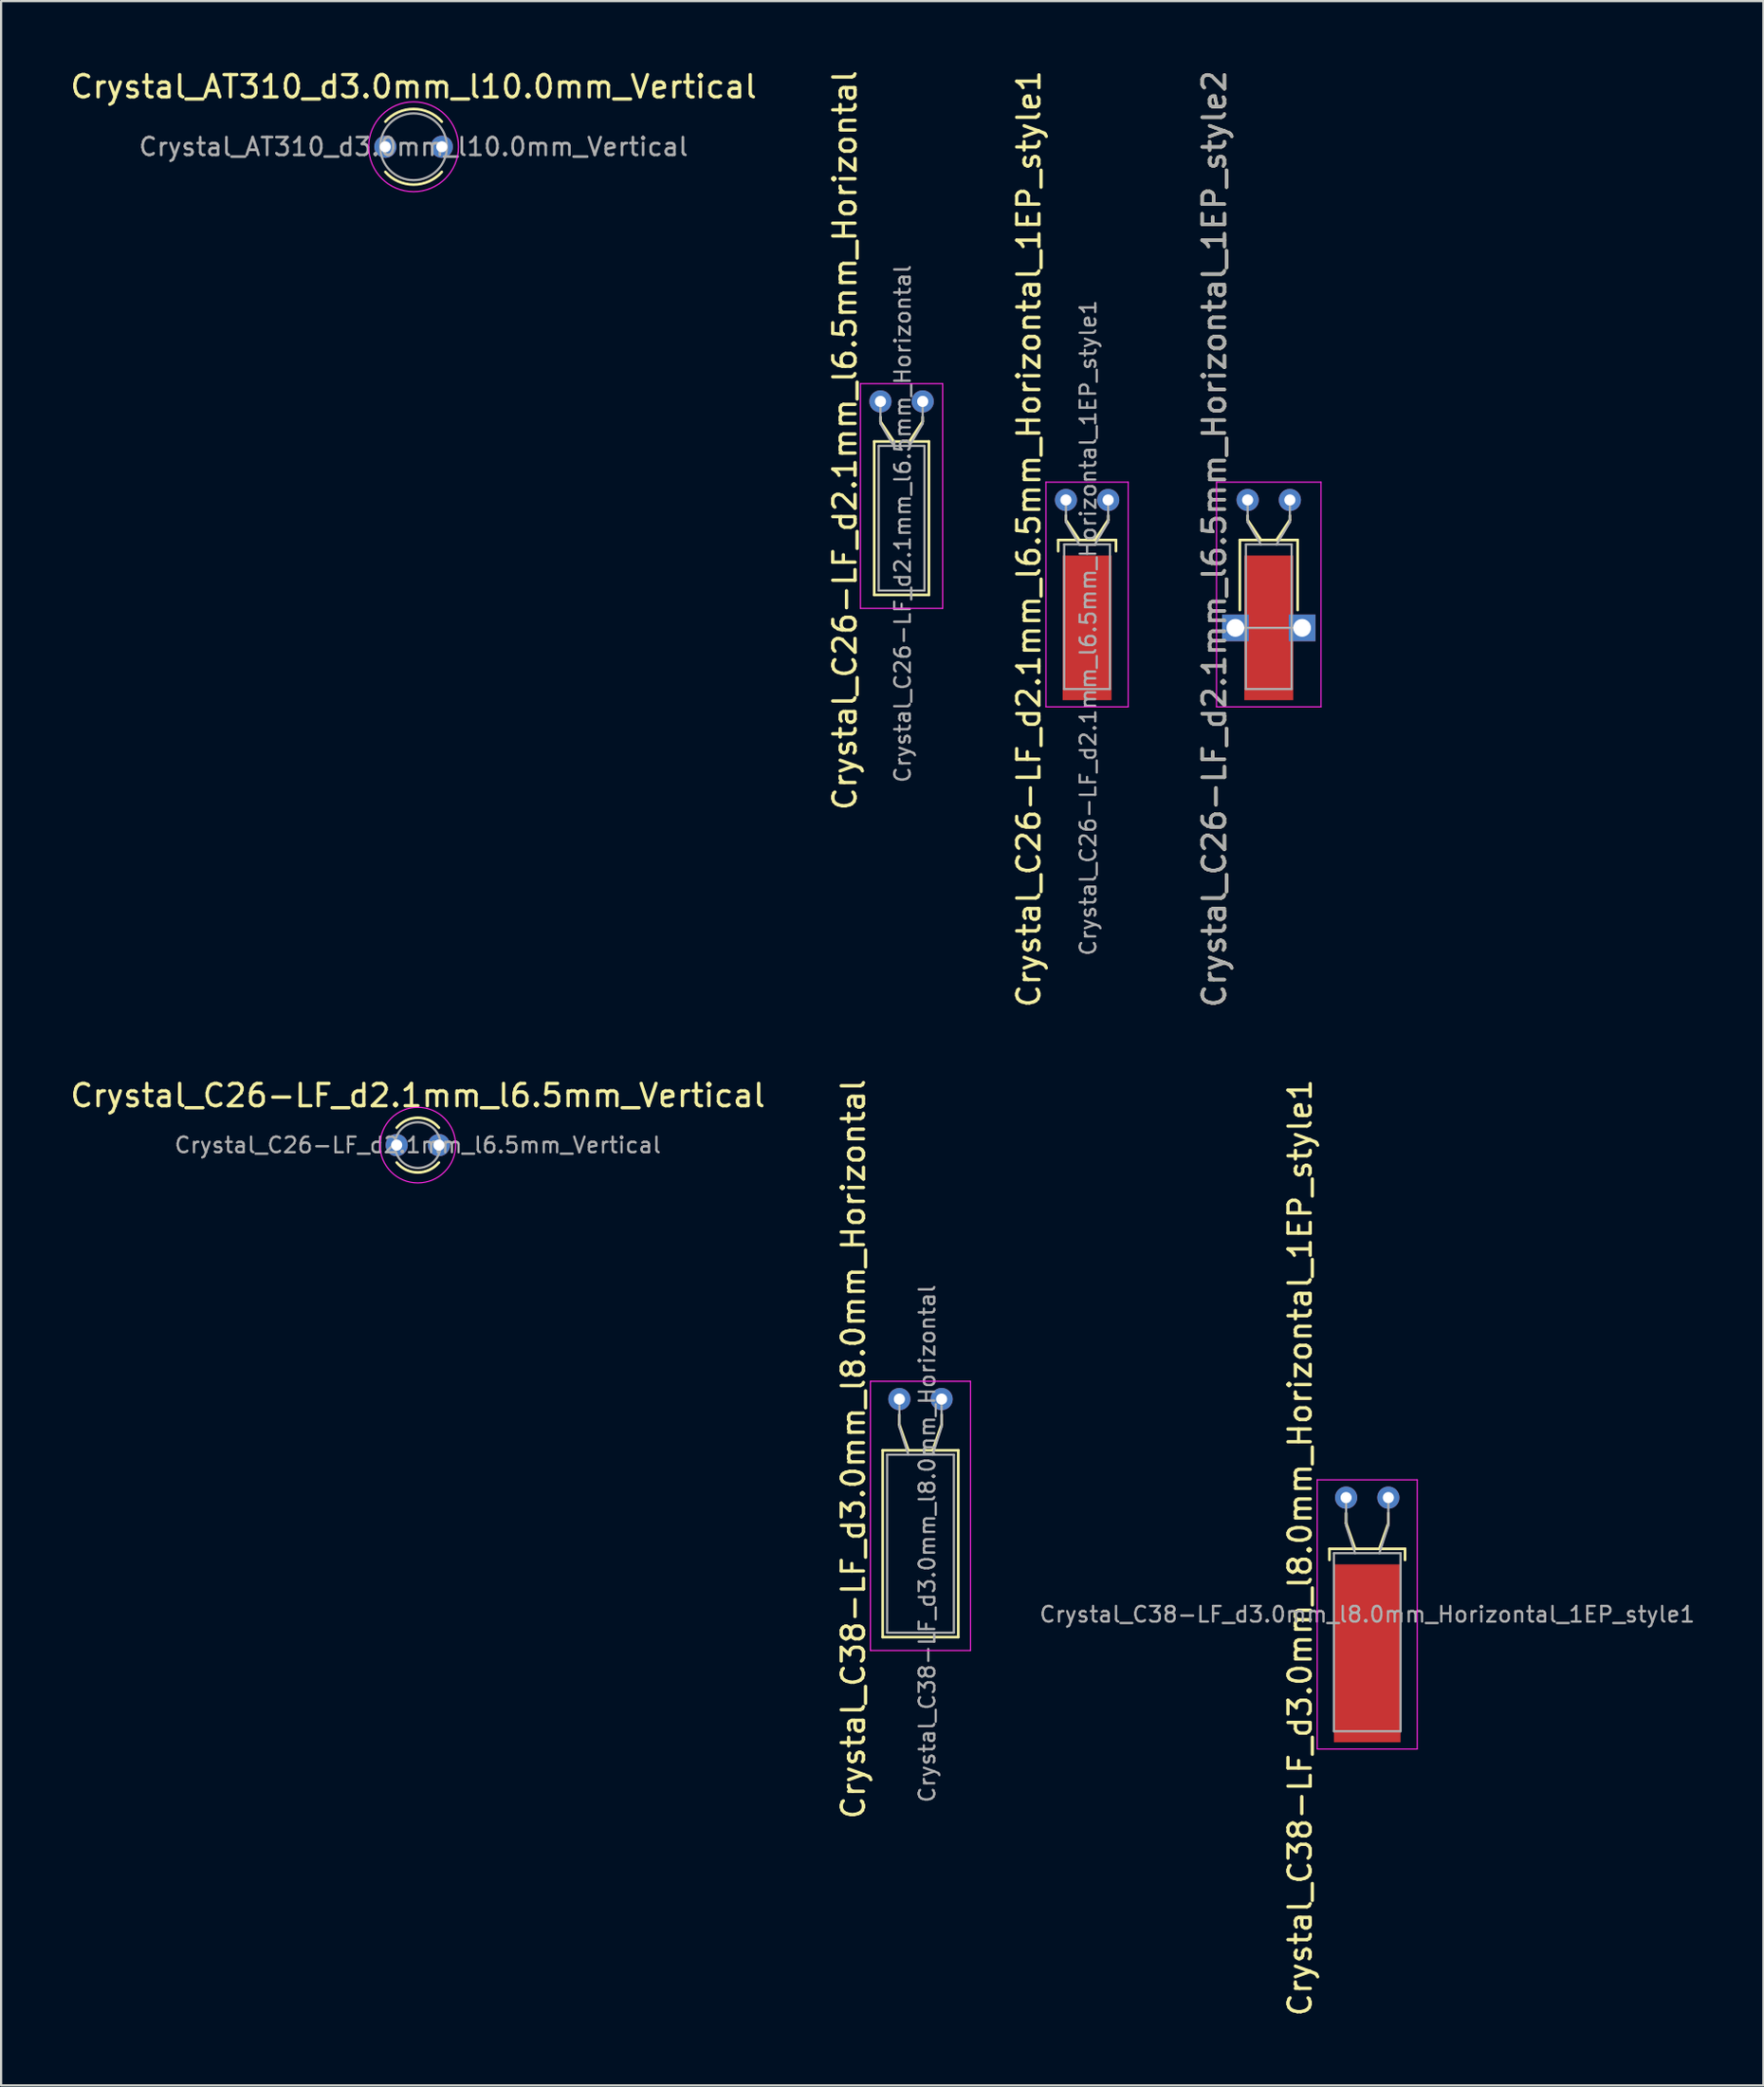
<source format=kicad_pcb>
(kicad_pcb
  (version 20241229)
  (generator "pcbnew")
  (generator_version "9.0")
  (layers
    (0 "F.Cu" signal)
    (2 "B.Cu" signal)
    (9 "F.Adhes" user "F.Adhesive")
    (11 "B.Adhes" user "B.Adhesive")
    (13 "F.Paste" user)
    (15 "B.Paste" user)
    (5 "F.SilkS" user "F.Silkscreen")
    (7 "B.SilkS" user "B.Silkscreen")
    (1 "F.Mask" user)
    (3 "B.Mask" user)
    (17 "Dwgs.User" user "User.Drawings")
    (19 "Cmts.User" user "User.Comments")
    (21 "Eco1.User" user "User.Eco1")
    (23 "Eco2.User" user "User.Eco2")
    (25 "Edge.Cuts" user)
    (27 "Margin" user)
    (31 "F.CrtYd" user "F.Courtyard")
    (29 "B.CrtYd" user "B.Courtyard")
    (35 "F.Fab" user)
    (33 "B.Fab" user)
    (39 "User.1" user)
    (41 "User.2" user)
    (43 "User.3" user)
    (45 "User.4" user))
  (footprint "Crystal_C26-LF_d2.1mm_l6.5mm_Horizontal"
    (layer "F.Cu")
    (at 36.555 14.994)
    (property "Reference" "Crystal_C26-LF_d2.1mm_l6.5mm_Horizontal" (at -1.6 1.75 90) (layer "F.SilkS") (effects (font (size 1 1) (thickness 0.15))))
    (attr through_hole)
    (fp_line (start -0.28 1.8) (end -0.28 8.7) (stroke (width 0.12) (type solid)) (layer "F.SilkS"))
    (fp_line (start -0.28 8.7) (end 2.18 8.7) (stroke (width 0.12) (type solid)) (layer "F.SilkS"))
    (fp_line (start 0 0.9) (end 0 0.7) (stroke (width 0.12) (type solid)) (layer "F.SilkS"))
    (fp_line (start 0.6 1.8) (end 0 0.9) (stroke (width 0.12) (type solid)) (layer "F.SilkS"))
    (fp_line (start 1.3 1.8) (end 1.9 0.9) (stroke (width 0.12) (type solid)) (layer "F.SilkS"))
    (fp_line (start 1.9 0.9) (end 1.9 0.7) (stroke (width 0.12) (type solid)) (layer "F.SilkS"))
    (fp_line (start 2.18 1.8) (end -0.28 1.8) (stroke (width 0.12) (type solid)) (layer "F.SilkS"))
    (fp_line (start 2.18 8.7) (end 2.18 1.8) (stroke (width 0.12) (type solid)) (layer "F.SilkS"))
    (fp_line (start -0.9 -0.8) (end -0.9 9.3) (stroke (width 0.05) (type solid)) (layer "F.CrtYd"))
    (fp_line (start -0.9 9.3) (end 2.8 9.3) (stroke (width 0.05) (type solid)) (layer "F.CrtYd"))
    (fp_line (start 2.8 -0.8) (end -0.9 -0.8) (stroke (width 0.05) (type solid)) (layer "F.CrtYd"))
    (fp_line (start 2.8 9.3) (end 2.8 -0.8) (stroke (width 0.05) (type solid)) (layer "F.CrtYd"))
    (fp_line (start -0.08 2) (end -0.08 8.5) (stroke (width 0.1) (type solid)) (layer "F.Fab"))
    (fp_line (start -0.08 8.5) (end 1.98 8.5) (stroke (width 0.1) (type solid)) (layer "F.Fab"))
    (fp_line (start 0 1) (end 0 0) (stroke (width 0.1) (type solid)) (layer "F.Fab"))
    (fp_line (start 0.6 2) (end 0 1) (stroke (width 0.1) (type solid)) (layer "F.Fab"))
    (fp_line (start 1.3 2) (end 1.9 1) (stroke (width 0.1) (type solid)) (layer "F.Fab"))
    (fp_line (start 1.9 1) (end 1.9 0) (stroke (width 0.1) (type solid)) (layer "F.Fab"))
    (fp_line (start 1.98 2) (end -0.08 2) (stroke (width 0.1) (type solid)) (layer "F.Fab"))
    (fp_line (start 1.98 8.5) (end 1.98 2) (stroke (width 0.1) (type solid)) (layer "F.Fab"))
    (fp_text user "${REFERENCE}" (at 1 5.5 90) (layer "F.Fab") (effects (font (size 0.7 0.7) (thickness 0.105))))
    (pad "1" thru_hole circle (at 0 0) (size 1 1) (drill 0.5) (layers "*.Cu" "*.Mask"))
    (pad "2" thru_hole circle (at 1.9 0) (size 1 1) (drill 0.5) (layers "*.Cu" "*.Mask")))
  (footprint "Crystal_C26-LF_d2.1mm_l6.5mm_Horizontal_1EP_style1"
    (layer "F.Cu")
    (at 44.899 19.423)
    (property "Reference" "Crystal_C26-LF_d2.1mm_l6.5mm_Horizontal_1EP_style1" (at -1.67 1.75 90) (layer "F.SilkS") (effects (font (size 1 1) (thickness 0.15))))
    (attr through_hole)
    (fp_line (start -0.35 1.8) (end 2.25 1.8) (stroke (width 0.12) (type solid)) (layer "F.SilkS"))
    (fp_line (start -0.35 2.3) (end -0.35 1.8) (stroke (width 0.12) (type solid)) (layer "F.SilkS"))
    (fp_line (start 0 0.9) (end 0 0.7) (stroke (width 0.12) (type solid)) (layer "F.SilkS"))
    (fp_line (start 0.6 1.8) (end 0 0.9) (stroke (width 0.12) (type solid)) (layer "F.SilkS"))
    (fp_line (start 1.3 1.8) (end 1.9 0.9) (stroke (width 0.12) (type solid)) (layer "F.SilkS"))
    (fp_line (start 1.9 0.9) (end 1.9 0.7) (stroke (width 0.12) (type solid)) (layer "F.SilkS"))
    (fp_line (start 2.25 1.8) (end 2.25 2.3) (stroke (width 0.12) (type solid)) (layer "F.SilkS"))
    (fp_line (start -0.9 -0.8) (end -0.9 9.3) (stroke (width 0.05) (type solid)) (layer "F.CrtYd"))
    (fp_line (start -0.9 9.3) (end 2.8 9.3) (stroke (width 0.05) (type solid)) (layer "F.CrtYd"))
    (fp_line (start 2.8 -0.8) (end -0.9 -0.8) (stroke (width 0.05) (type solid)) (layer "F.CrtYd"))
    (fp_line (start 2.8 9.3) (end 2.8 -0.8) (stroke (width 0.05) (type solid)) (layer "F.CrtYd"))
    (fp_line (start -0.08 2) (end -0.08 8.5) (stroke (width 0.1) (type solid)) (layer "F.Fab"))
    (fp_line (start -0.08 8.5) (end 1.98 8.5) (stroke (width 0.1) (type solid)) (layer "F.Fab"))
    (fp_line (start 0 1) (end 0 0) (stroke (width 0.1) (type solid)) (layer "F.Fab"))
    (fp_line (start 0.6 2) (end 0 1) (stroke (width 0.1) (type solid)) (layer "F.Fab"))
    (fp_line (start 1.3 2) (end 1.9 1) (stroke (width 0.1) (type solid)) (layer "F.Fab"))
    (fp_line (start 1.9 1) (end 1.9 0) (stroke (width 0.1) (type solid)) (layer "F.Fab"))
    (fp_line (start 1.98 2) (end -0.08 2) (stroke (width 0.1) (type solid)) (layer "F.Fab"))
    (fp_line (start 1.98 8.5) (end 1.98 2) (stroke (width 0.1) (type solid)) (layer "F.Fab"))
    (fp_text user "${REFERENCE}" (at 1 5.75 90) (layer "F.Fab") (effects (font (size 0.7 0.7) (thickness 0.105))))
    (pad "1" thru_hole circle (at 0 0) (size 1 1) (drill 0.5) (layers "*.Cu" "*.Mask"))
    (pad "2" thru_hole circle (at 1.9 0) (size 1 1) (drill 0.5) (layers "*.Cu" "*.Mask"))
    (pad "3" smd rect (at 0.95 5.75) (size 2.2 6.5) (layers "F.Cu" "F.Mask" "F.Paste")))
  (footprint "Crystal_C26-LF_d2.1mm_l6.5mm_Vertical"
    (layer "F.Cu")
    (at 14.794 48.423)
    (property "Reference" "Crystal_C26-LF_d2.1mm_l6.5mm_Vertical" (at 0.95 -2.23 0) (layer "F.SilkS") (effects (font (size 1 1) (thickness 0.15))))
    (attr through_hole)
    (fp_arc (start 0 -0.781281) (mid 0.949655 -1.23) (end 1.899561 -0.781814) (stroke (width 0.12) (type solid)) (layer "F.SilkS"))
    (fp_arc (start 1.899561 0.781814) (mid 0.949655 1.23) (end 0 0.781281) (stroke (width 0.12) (type solid)) (layer "F.SilkS"))
    (fp_circle (center 0.95 0) (end 2.65 0) (stroke (width 0.05) (type solid)) (fill no) (layer "F.CrtYd"))
    (fp_circle (center 0.95 0) (end 1.98 0) (stroke (width 0.1) (type solid)) (fill no) (layer "F.Fab"))
    (fp_text user "${REFERENCE}" (at 0.95 0 0) (layer "F.Fab") (effects (font (size 0.7 0.7) (thickness 0.105))))
    (pad "1" thru_hole circle (at 0 0) (size 1 1) (drill 0.5) (layers "*.Cu" "*.Mask"))
    (pad "2" thru_hole circle (at 1.9 0) (size 1 1) (drill 0.5) (layers "*.Cu" "*.Mask")))
  (footprint "Crystal_C26-LF_d2.1mm_l6.5mm_Horizontal_1EP_style2"
    (layer "F.Cu")
    (at 53.072 19.423)
    (property "Reference" "Crystal_C26-LF_d2.1mm_l6.5mm_Horizontal_1EP_style2" (at -1.5 1.75 90) (layer "F.SilkS") (effects (font (size 1 1) (thickness 0.15))))
    (attr through_hole)
    (fp_line (start -0.35 1.8) (end 2.25 1.8) (stroke (width 0.12) (type solid)) (layer "F.SilkS"))
    (fp_line (start -0.35 4.95) (end -0.35 1.8) (stroke (width 0.12) (type solid)) (layer "F.SilkS"))
    (fp_line (start 0 0.9) (end 0 0.7) (stroke (width 0.12) (type solid)) (layer "F.SilkS"))
    (fp_line (start 0.6 1.8) (end 0 0.9) (stroke (width 0.12) (type solid)) (layer "F.SilkS"))
    (fp_line (start 1.3 1.8) (end 1.9 0.9) (stroke (width 0.12) (type solid)) (layer "F.SilkS"))
    (fp_line (start 1.9 0.9) (end 1.9 0.7) (stroke (width 0.12) (type solid)) (layer "F.SilkS"))
    (fp_line (start 2.25 1.8) (end 2.25 4.95) (stroke (width 0.12) (type solid)) (layer "F.SilkS"))
    (fp_line (start -1.4 -0.8) (end -1.4 9.3) (stroke (width 0.05) (type solid)) (layer "F.CrtYd"))
    (fp_line (start -1.4 9.3) (end 3.3 9.3) (stroke (width 0.05) (type solid)) (layer "F.CrtYd"))
    (fp_line (start 3.3 -0.8) (end -1.4 -0.8) (stroke (width 0.05) (type solid)) (layer "F.CrtYd"))
    (fp_line (start 3.3 9.3) (end 3.3 -0.8) (stroke (width 0.05) (type solid)) (layer "F.CrtYd"))
    (fp_line (start -0.55 5.75) (end 2.45 5.75) (stroke (width 0.1) (type solid)) (layer "F.Fab"))
    (fp_line (start -0.08 2) (end -0.08 8.5) (stroke (width 0.1) (type solid)) (layer "F.Fab"))
    (fp_line (start -0.08 8.5) (end 1.98 8.5) (stroke (width 0.1) (type solid)) (layer "F.Fab"))
    (fp_line (start 0 1) (end 0 0) (stroke (width 0.1) (type solid)) (layer "F.Fab"))
    (fp_line (start 0.6 2) (end 0 1) (stroke (width 0.1) (type solid)) (layer "F.Fab"))
    (fp_line (start 1.3 2) (end 1.9 1) (stroke (width 0.1) (type solid)) (layer "F.Fab"))
    (fp_line (start 1.9 1) (end 1.9 0) (stroke (width 0.1) (type solid)) (layer "F.Fab"))
    (fp_line (start 1.98 2) (end -0.08 2) (stroke (width 0.1) (type solid)) (layer "F.Fab"))
    (fp_line (start 1.98 8.5) (end 1.98 2) (stroke (width 0.1) (type solid)) (layer "F.Fab"))
    (fp_text user "${REFERENCE}" (at -1.5 1.75 90) (layer "F.Fab") (effects (font (size 1 1) (thickness 0.15))))
    (pad "1" thru_hole circle (at 0 0) (size 1 1) (drill 0.5) (layers "*.Cu" "*.Mask"))
    (pad "2" thru_hole circle (at 1.9 0) (size 1 1) (drill 0.5) (layers "*.Cu" "*.Mask"))
    (pad "3" thru_hole rect (at -0.55 5.75) (size 1.2 1.2) (drill 0.8) (layers "*.Cu" "*.Mask"))
    (pad "3" smd rect (at 0.95 5.75) (size 2.2 6.5) (layers "F.Cu" "F.Mask" "F.Paste"))
    (pad "3" thru_hole rect (at 2.45 5.75) (size 1.2 1.2) (drill 0.8) (layers "*.Cu" "*.Mask")))
  (footprint "Crystal_C38-LF_d3.0mm_l8.0mm_Horizontal"
    (layer "F.Cu")
    (at 37.406 59.839)
    (property "Reference" "Crystal_C38-LF_d3.0mm_l8.0mm_Horizontal" (at -2.07 2.25 90) (layer "F.SilkS") (effects (font (size 1 1) (thickness 0.15))))
    (attr through_hole)
    (fp_line (start -0.75 2.3) (end -0.75 10.7) (stroke (width 0.12) (type solid)) (layer "F.SilkS"))
    (fp_line (start -0.75 10.7) (end 2.65 10.7) (stroke (width 0.12) (type solid)) (layer "F.SilkS"))
    (fp_line (start 0 1.15) (end 0 0.7) (stroke (width 0.12) (type solid)) (layer "F.SilkS"))
    (fp_line (start 0.405 2.3) (end 0 1.15) (stroke (width 0.12) (type solid)) (layer "F.SilkS"))
    (fp_line (start 1.495 2.3) (end 1.9 1.15) (stroke (width 0.12) (type solid)) (layer "F.SilkS"))
    (fp_line (start 1.9 1.15) (end 1.9 0.7) (stroke (width 0.12) (type solid)) (layer "F.SilkS"))
    (fp_line (start 2.65 2.3) (end -0.75 2.3) (stroke (width 0.12) (type solid)) (layer "F.SilkS"))
    (fp_line (start 2.65 10.7) (end 2.65 2.3) (stroke (width 0.12) (type solid)) (layer "F.SilkS"))
    (fp_line (start -1.3 -0.8) (end -1.3 11.3) (stroke (width 0.05) (type solid)) (layer "F.CrtYd"))
    (fp_line (start -1.3 11.3) (end 3.2 11.3) (stroke (width 0.05) (type solid)) (layer "F.CrtYd"))
    (fp_line (start 3.2 -0.8) (end -1.3 -0.8) (stroke (width 0.05) (type solid)) (layer "F.CrtYd"))
    (fp_line (start 3.2 11.3) (end 3.2 -0.8) (stroke (width 0.05) (type solid)) (layer "F.CrtYd"))
    (fp_line (start -0.55 2.5) (end -0.55 10.5) (stroke (width 0.1) (type solid)) (layer "F.Fab"))
    (fp_line (start -0.55 10.5) (end 2.45 10.5) (stroke (width 0.1) (type solid)) (layer "F.Fab"))
    (fp_line (start 0 1.25) (end 0 0) (stroke (width 0.1) (type solid)) (layer "F.Fab"))
    (fp_line (start 0.405 2.5) (end 0 1.25) (stroke (width 0.1) (type solid)) (layer "F.Fab"))
    (fp_line (start 1.495 2.5) (end 1.9 1.25) (stroke (width 0.1) (type solid)) (layer "F.Fab"))
    (fp_line (start 1.9 1.25) (end 1.9 0) (stroke (width 0.1) (type solid)) (layer "F.Fab"))
    (fp_line (start 2.45 2.5) (end -0.55 2.5) (stroke (width 0.1) (type solid)) (layer "F.Fab"))
    (fp_line (start 2.45 10.5) (end 2.45 2.5) (stroke (width 0.1) (type solid)) (layer "F.Fab"))
    (fp_text user "${REFERENCE}" (at 1.25 6.5 90) (layer "F.Fab") (effects (font (size 0.7 0.7) (thickness 0.105))))
    (pad "1" thru_hole circle (at 0 0) (size 1 1) (drill 0.5) (layers "*.Cu" "*.Mask"))
    (pad "2" thru_hole circle (at 1.9 0) (size 1 1) (drill 0.5) (layers "*.Cu" "*.Mask")))
  (footprint "Crystal_C38-LF_d3.0mm_l8.0mm_Horizontal_1EP_style1"
    (layer "F.Cu")
    (at 57.502 64.268)
    (property "Reference" "Crystal_C38-LF_d3.0mm_l8.0mm_Horizontal_1EP_style1" (at -2.07 2.25 90) (layer "F.SilkS") (effects (font (size 1 1) (thickness 0.15))))
    (attr through_hole)
    (fp_line (start -0.75 2.3) (end 2.65 2.3) (stroke (width 0.12) (type solid)) (layer "F.SilkS"))
    (fp_line (start -0.75 2.8) (end -0.75 2.3) (stroke (width 0.12) (type solid)) (layer "F.SilkS"))
    (fp_line (start 0 1.15) (end 0 0.7) (stroke (width 0.12) (type solid)) (layer "F.SilkS"))
    (fp_line (start 0.405 2.3) (end 0 1.15) (stroke (width 0.12) (type solid)) (layer "F.SilkS"))
    (fp_line (start 1.495 2.3) (end 1.9 1.15) (stroke (width 0.12) (type solid)) (layer "F.SilkS"))
    (fp_line (start 1.9 1.15) (end 1.9 0.7) (stroke (width 0.12) (type solid)) (layer "F.SilkS"))
    (fp_line (start 2.65 2.3) (end 2.65 2.8) (stroke (width 0.12) (type solid)) (layer "F.SilkS"))
    (fp_line (start -1.3 -0.8) (end -1.3 11.3) (stroke (width 0.05) (type solid)) (layer "F.CrtYd"))
    (fp_line (start -1.3 11.3) (end 3.2 11.3) (stroke (width 0.05) (type solid)) (layer "F.CrtYd"))
    (fp_line (start 3.2 -0.8) (end -1.3 -0.8) (stroke (width 0.05) (type solid)) (layer "F.CrtYd"))
    (fp_line (start 3.2 11.3) (end 3.2 -0.8) (stroke (width 0.05) (type solid)) (layer "F.CrtYd"))
    (fp_line (start -0.55 2.5) (end -0.55 10.5) (stroke (width 0.1) (type solid)) (layer "F.Fab"))
    (fp_line (start -0.55 10.5) (end 2.45 10.5) (stroke (width 0.1) (type solid)) (layer "F.Fab"))
    (fp_line (start 0 1.25) (end 0 0) (stroke (width 0.1) (type solid)) (layer "F.Fab"))
    (fp_line (start 0.405 2.5) (end 0 1.25) (stroke (width 0.1) (type solid)) (layer "F.Fab"))
    (fp_line (start 1.495 2.5) (end 1.9 1.25) (stroke (width 0.1) (type solid)) (layer "F.Fab"))
    (fp_line (start 1.9 1.25) (end 1.9 0) (stroke (width 0.1) (type solid)) (layer "F.Fab"))
    (fp_line (start 2.45 2.5) (end -0.55 2.5) (stroke (width 0.1) (type solid)) (layer "F.Fab"))
    (fp_line (start 2.45 10.5) (end 2.45 2.5) (stroke (width 0.1) (type solid)) (layer "F.Fab"))
    (fp_text user "${REFERENCE}" (at 0.95 5.25 0) (layer "F.Fab") (effects (font (size 0.7 0.7) (thickness 0.105))))
    (pad "1" thru_hole circle (at 0 0) (size 1 1) (drill 0.5) (layers "*.Cu" "*.Mask"))
    (pad "2" thru_hole circle (at 1.9 0) (size 1 1) (drill 0.5) (layers "*.Cu" "*.Mask"))
    (pad "3" smd rect (at 0.95 7) (size 3 8) (layers "F.Cu" "F.Mask" "F.Paste")))
  (footprint "Crystal_AT310_d3.0mm_l10.0mm_Vertical"
    (layer "F.Cu")
    (at 14.284 3.548)
    (property "Reference" "Crystal_AT310_d3.0mm_l10.0mm_Vertical" (at 1.27 -2.7 0) (layer "F.SilkS") (effects (font (size 1 1) (thickness 0.15))))
    (attr through_hole)
    (fp_arc (start 0 -1.130088) (mid 1.270408 -1.7) (end 2.540542 -1.129479) (stroke (width 0.12) (type solid)) (layer "F.SilkS"))
    (fp_arc (start 2.540542 1.129479) (mid 1.270408 1.7) (end 0 1.130088) (stroke (width 0.12) (type solid)) (layer "F.SilkS"))
    (fp_circle (center 1.27 0) (end 3.29 0) (stroke (width 0.05) (type solid)) (fill no) (layer "F.CrtYd"))
    (fp_circle (center 1.27 0) (end 2.77 0) (stroke (width 0.1) (type solid)) (fill no) (layer "F.Fab"))
    (fp_text user "${REFERENCE}" (at 1.27 0 0) (layer "F.Fab") (effects (font (size 0.8 0.8) (thickness 0.12))))
    (pad "1" thru_hole circle (at 0 0) (size 1 1) (drill 0.5) (layers "*.Cu" "*.Mask"))
    (pad "2" thru_hole circle (at 2.54 0) (size 1 1) (drill 0.5) (layers "*.Cu" "*.Mask")))
  (gr_rect
    (start -3 -3)
    (end 76.273 90.69)
    (stroke (width 0.1) (type default))
    (fill no)
    (layer "Edge.Cuts")))
</source>
